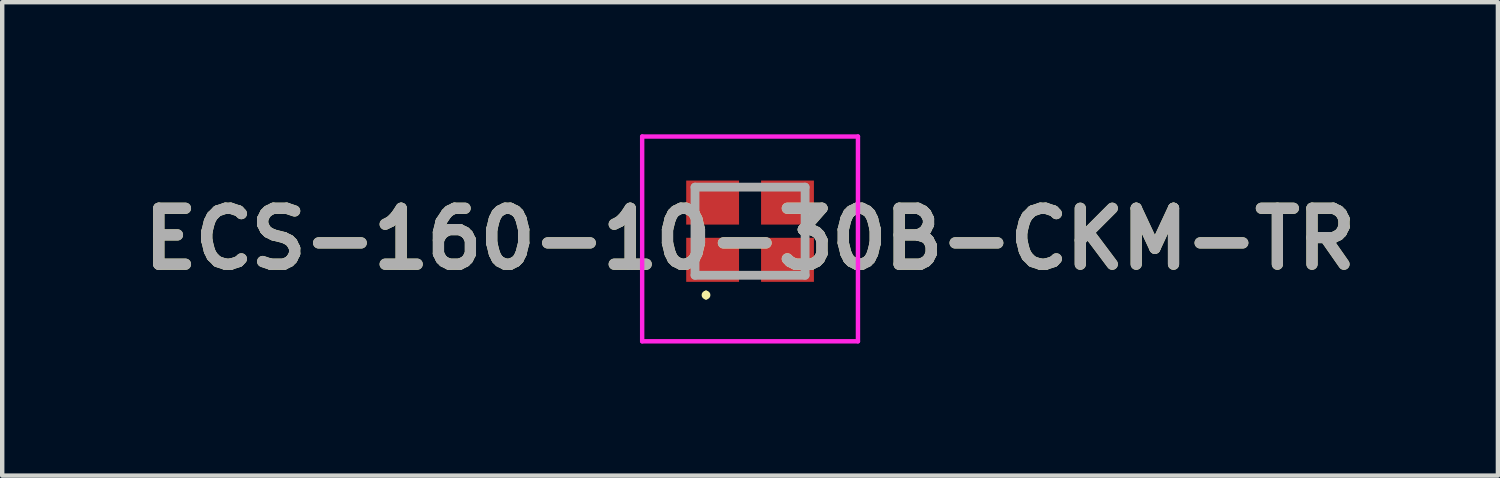
<source format=kicad_pcb>
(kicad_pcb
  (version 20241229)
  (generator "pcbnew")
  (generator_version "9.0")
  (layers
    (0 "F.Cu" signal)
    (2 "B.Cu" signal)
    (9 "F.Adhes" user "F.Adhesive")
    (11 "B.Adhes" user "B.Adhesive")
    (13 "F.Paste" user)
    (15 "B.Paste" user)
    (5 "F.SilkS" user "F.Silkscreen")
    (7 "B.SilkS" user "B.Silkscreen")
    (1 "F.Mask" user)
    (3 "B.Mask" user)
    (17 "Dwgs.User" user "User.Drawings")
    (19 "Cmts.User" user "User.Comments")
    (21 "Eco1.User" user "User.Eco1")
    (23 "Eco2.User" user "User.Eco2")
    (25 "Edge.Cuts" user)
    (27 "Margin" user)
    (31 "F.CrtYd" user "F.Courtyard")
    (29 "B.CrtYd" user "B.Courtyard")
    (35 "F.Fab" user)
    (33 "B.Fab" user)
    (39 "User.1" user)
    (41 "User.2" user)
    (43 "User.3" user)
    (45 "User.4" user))
  (footprint "ECS-160-10-30B-CKM-TR"
    (layer "F.Cu")
    (at 13.982 2.2)
    (property "Reference" "ECS-160-10-30B-CKM-TR" (at 0 0.175 0) (layer "F.SilkS") (effects (font (size 1.27 1.27) (thickness 0.254))))
    (attr smd)
    (fp_line (start -1 1.4) (end -1 1.4) (stroke (width 0.1) (type solid)) (layer "F.SilkS"))
    (fp_line (start -1 1.5) (end -1 1.5) (stroke (width 0.1) (type solid)) (layer "F.SilkS"))
    (fp_arc (start -1 1.4) (mid -0.95 1.45) (end -1 1.5) (stroke (width 0.1) (type solid)) (layer "F.SilkS"))
    (fp_arc (start -1 1.5) (mid -1.05 1.45) (end -1 1.4) (stroke (width 0.1) (type solid)) (layer "F.SilkS"))
    (fp_line (start -2.45 -2.15) (end 2.45 -2.15) (stroke (width 0.1) (type solid)) (layer "F.CrtYd"))
    (fp_line (start -2.45 2.5) (end -2.45 -2.15) (stroke (width 0.1) (type solid)) (layer "F.CrtYd"))
    (fp_line (start 2.45 -2.15) (end 2.45 2.5) (stroke (width 0.1) (type solid)) (layer "F.CrtYd"))
    (fp_line (start 2.45 2.5) (end -2.45 2.5) (stroke (width 0.1) (type solid)) (layer "F.CrtYd"))
    (fp_line (start -1.25 -1) (end 1.25 -1) (stroke (width 0.2) (type solid)) (layer "F.Fab"))
    (fp_line (start -1.25 1) (end -1.25 -1) (stroke (width 0.2) (type solid)) (layer "F.Fab"))
    (fp_line (start 1.25 -1) (end 1.25 1) (stroke (width 0.2) (type solid)) (layer "F.Fab"))
    (fp_line (start 1.25 1) (end -1.25 1) (stroke (width 0.2) (type solid)) (layer "F.Fab"))
    (fp_text user "${REFERENCE}" (at 0 0.175 0) (layer "F.Fab") (effects (font (size 1.27 1.27) (thickness 0.254))))
    (pad "1" smd rect (at -0.85 0.65 90) (size 1 1.2) (layers "F.Cu" "F.Mask" "F.Paste"))
    (pad "2" smd rect (at 0.85 0.65 90) (size 1 1.2) (layers "F.Cu" "F.Mask" "F.Paste"))
    (pad "3" smd rect (at 0.85 -0.65 90) (size 1 1.2) (layers "F.Cu" "F.Mask" "F.Paste"))
    (pad "4" smd rect (at -0.85 -0.65 90) (size 1 1.2) (layers "F.Cu" "F.Mask" "F.Paste")))
  (gr_rect
    (start -3 -3)
    (end 30.964 7.75)
    (stroke (width 0.1) (type default))
    (fill no)
    (layer "Edge.Cuts")))
</source>
